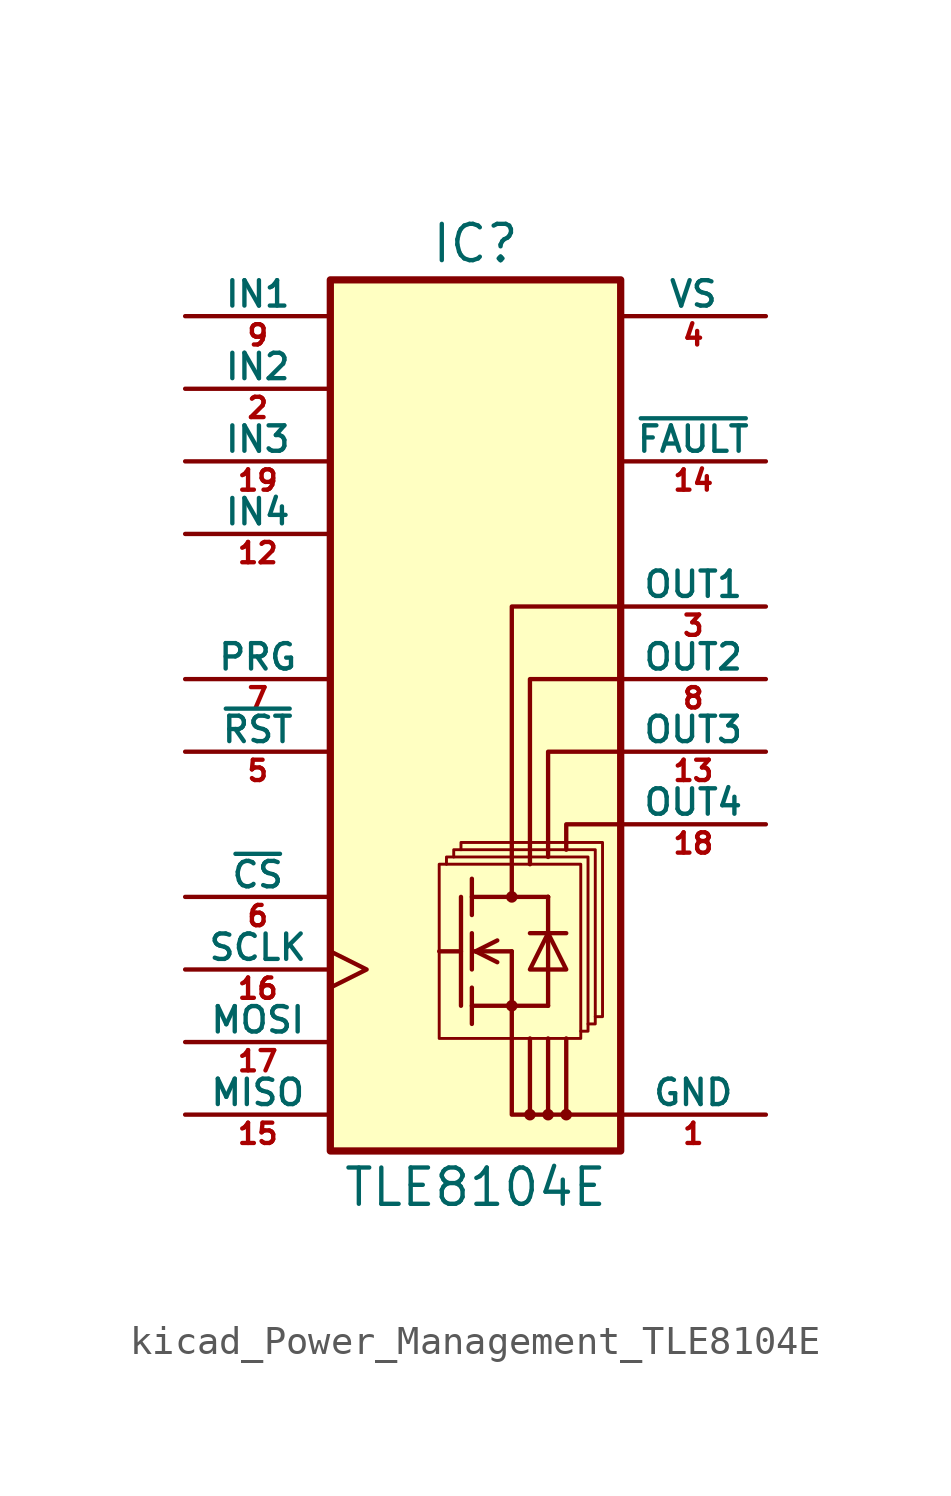
<source format=kicad_sym>
(kicad_symbol_lib
  (version 20220914)
  (generator kicad_symbol_editor)
  (symbol "kicad_Power_Management_TLE8104E"
    (pin_names
      (offset 0))
    (property "Reference" "IC"
      (at 0 17.78 0)
      (effects (font (size 1.27 1.27))))
    (property "Value" "TLE8104E"
      (at 0 -15.24 0)
      (effects (font (size 1.27 1.27))))
    (symbol "kicad_Power_Management_TLE8104E_0_1"
      (rectangle (start -5.08 16.51) (end 5.08 -13.97) (stroke (width 0.254) (type default)) (fill (type background)))
      (rectangle (start -1.27 -3.937) (end 3.683 -10.033) (stroke (width 0.102) (type default)) (fill (type background)))
      (polyline (pts (xy -1.27 -6.985) (xy -0.508 -6.985)) (stroke (width 0.152) (type default)) (fill (type none)))
      (polyline (pts (xy -0.508 -5.08) (xy -0.508 -8.89)) (stroke (width 0.152) (type default)) (fill (type none)))
      (polyline (pts (xy -0.127 -8.89) (xy 2.54 -8.89)) (stroke (width 0.152) (type default)) (fill (type none)))
      (polyline (pts (xy -0.127 -8.255) (xy -0.127 -9.525)) (stroke (width 0.152) (type default)) (fill (type none)))
      (polyline (pts (xy -0.127 -6.35) (xy -0.127 -7.62)) (stroke (width 0.152) (type default)) (fill (type none)))
      (polyline (pts (xy -0.127 -4.445) (xy -0.127 -5.715)) (stroke (width 0.152) (type default)) (fill (type none)))
      (polyline (pts (xy 0 -6.985) (xy 0.762 -7.366)) (stroke (width 0.152) (type default)) (fill (type none)))
      (polyline (pts (xy 0 -6.985) (xy 0.762 -6.604)) (stroke (width 0.152) (type default)) (fill (type none)))
      (polyline (pts (xy 0 -6.985) (xy 1.27 -6.985)) (stroke (width 0.152) (type default)) (fill (type none)))
      (polyline (pts (xy 1.905 -10.033) (xy 1.905 -12.7)) (stroke (width 0.152) (type default)) (fill (type none)))
      (polyline (pts (xy 1.905 -6.35) (xy 3.175 -6.35)) (stroke (width 0.152) (type default)) (fill (type none)))
      (polyline (pts (xy 2.54 -12.7) (xy 2.54 -10.033)) (stroke (width 0.152) (type default)) (fill (type none)))
      (polyline (pts (xy 2.54 -5.08) (xy -0.127 -5.08)) (stroke (width 0.152) (type default)) (fill (type none)))
      (polyline (pts (xy 2.54 -5.08) (xy 2.54 -8.89)) (stroke (width 0) (type default)) (fill (type none)))
      (polyline (pts (xy 2.54 -5.08) (xy 2.54 -5.08)) (stroke (width 0) (type default)) (fill (type none)))
      (polyline (pts (xy 3.175 -12.7) (xy 3.175 -10.033)) (stroke (width 0.152) (type default)) (fill (type none)))
      (polyline (pts (xy 1.27 -6.985) (xy 1.27 -7.62) (xy 1.27 -8.89)) (stroke (width 0.152) (type default)) (fill (type none)))
      (polyline (pts (xy 1.27 -5.08) (xy 1.27 5.08) (xy 5.08 5.08)) (stroke (width 0.152) (type default)) (fill (type none)))
      (polyline (pts (xy 5.08 -12.7) (xy 1.27 -12.7) (xy 1.27 -8.89)) (stroke (width 0.152) (type default)) (fill (type none)))
      (polyline (pts (xy 5.08 -2.54) (xy 3.175 -2.54) (xy 3.175 -3.429)) (stroke (width 0.152) (type default)) (fill (type none)))
      (polyline (pts (xy 5.08 0) (xy 2.54 0) (xy 2.54 -3.683)) (stroke (width 0.152) (type default)) (fill (type none)))
      (polyline (pts (xy 5.08 2.54) (xy 1.905 2.54) (xy 1.905 -3.937)) (stroke (width 0.152) (type default)) (fill (type none)))
      (polyline (pts (xy 2.54 -6.35) (xy 1.905 -7.62) (xy 3.175 -7.62) (xy 2.54 -6.35)) (stroke (width 0.152) (type default)) (fill (type none)))
      (polyline (pts (xy -1.016 -3.937) (xy -1.016 -3.683) (xy 3.937 -3.683) (xy 3.937 -9.779) (xy 3.683 -9.779)) (stroke (width 0.102) (type default)) (fill (type background)))
      (polyline (pts (xy -0.762 -3.683) (xy -0.762 -3.429) (xy 4.191 -3.429) (xy 4.191 -9.525) (xy 3.937 -9.525)) (stroke (width 0.102) (type default)) (fill (type background)))
      (polyline (pts (xy -0.508 -3.429) (xy -0.508 -3.175) (xy 4.445 -3.175) (xy 4.445 -9.271) (xy 4.191 -9.271)) (stroke (width 0.102) (type default)) (fill (type background)))
      (circle (center 1.27 -8.89) (radius 0.127) (stroke (width 0.152) (type default)) (fill (type none)))
      (circle (center 1.27 -5.08) (radius 0.127) (stroke (width 0.152) (type default)) (fill (type none)))
      (circle (center 1.905 -12.7) (radius 0.127) (stroke (width 0.152) (type default)) (fill (type none)))
      (circle (center 2.54 -12.7) (radius 0.127) (stroke (width 0.152) (type default)) (fill (type none)))
      (circle (center 3.175 -12.7) (radius 0.127) (stroke (width 0.152) (type default)) (fill (type none))))
    (symbol "kicad_Power_Management_TLE8104E_1_1"
      (pin power_in line (at 10.16 -12.7 180) (length 5.08) (name "GND" (effects (font (size 0.889 0.889)))) (number "1" (effects (font (size 0.711 0.711)))))
      (pin passive line (at 10.16 -12.7 180) (length 5.08) hide (name "GND" (effects (font (size 0.889 0.889)))) (number "10" (effects (font (size 0.711 0.711)))))
      (pin passive line (at 10.16 -12.7 180) (length 5.08) hide (name "GND" (effects (font (size 0.889 0.889)))) (number "11" (effects (font (size 0.711 0.711)))))
      (pin input line (at -10.16 7.62 0) (length 5.08) (name "IN4" (effects (font (size 0.889 0.889)))) (number "12" (effects (font (size 0.711 0.711)))))
      (pin open_collector line (at 10.16 0 180) (length 5.08) (name "OUT3" (effects (font (size 0.889 0.889)))) (number "13" (effects (font (size 0.711 0.711)))))
      (pin output line (at 10.16 10.16 180) (length 5.08) (name "~{FAULT}" (effects (font (size 0.889 0.889)))) (number "14" (effects (font (size 0.711 0.711)))))
      (pin passive line (at -10.16 -12.7 0) (length 5.08) (name "MISO" (effects (font (size 0.889 0.889)))) (number "15" (effects (font (size 0.711 0.711)))))
      (pin input clock (at -10.16 -7.62 0) (length 5.08) (name "SCLK" (effects (font (size 0.889 0.889)))) (number "16" (effects (font (size 0.711 0.711)))))
      (pin input line (at -10.16 -10.16 0) (length 5.08) (name "MOSI" (effects (font (size 0.889 0.889)))) (number "17" (effects (font (size 0.711 0.711)))))
      (pin open_collector line (at 10.16 -2.54 180) (length 5.08) (name "OUT4" (effects (font (size 0.889 0.889)))) (number "18" (effects (font (size 0.711 0.711)))))
      (pin input line (at -10.16 10.16 0) (length 5.08) (name "IN3" (effects (font (size 0.889 0.889)))) (number "19" (effects (font (size 0.711 0.711)))))
      (pin input line (at -10.16 12.7 0) (length 5.08) (name "IN2" (effects (font (size 0.889 0.889)))) (number "2" (effects (font (size 0.711 0.711)))))
      (pin passive line (at 10.16 -12.7 180) (length 5.08) hide (name "GND" (effects (font (size 0.889 0.889)))) (number "20" (effects (font (size 0.711 0.711)))))
      (pin passive line (at 10.16 -12.7 180) (length 5.08) hide (name "GND" (effects (font (size 0.889 0.889)))) (number "21" (effects (font (size 0.711 0.711)))))
      (pin open_collector line (at 10.16 5.08 180) (length 5.08) (name "OUT1" (effects (font (size 0.889 0.889)))) (number "3" (effects (font (size 0.711 0.711)))))
      (pin power_in line (at 10.16 15.24 180) (length 5.08) (name "VS" (effects (font (size 0.889 0.889)))) (number "4" (effects (font (size 0.711 0.711)))))
      (pin input line (at -10.16 0 0) (length 5.08) (name "~{RST}" (effects (font (size 0.889 0.889)))) (number "5" (effects (font (size 0.711 0.711)))))
      (pin input line (at -10.16 -5.08 0) (length 5.08) (name "~{CS}" (effects (font (size 0.889 0.889)))) (number "6" (effects (font (size 0.711 0.711)))))
      (pin input line (at -10.16 2.54 0) (length 5.08) (name "PRG" (effects (font (size 0.889 0.889)))) (number "7" (effects (font (size 0.711 0.711)))))
      (pin open_collector line (at 10.16 2.54 180) (length 5.08) (name "OUT2" (effects (font (size 0.889 0.889)))) (number "8" (effects (font (size 0.711 0.711)))))
      (pin input line (at -10.16 15.24 0) (length 5.08) (name "IN1" (effects (font (size 0.889 0.889)))) (number "9" (effects (font (size 0.711 0.711))))))))
</source>
